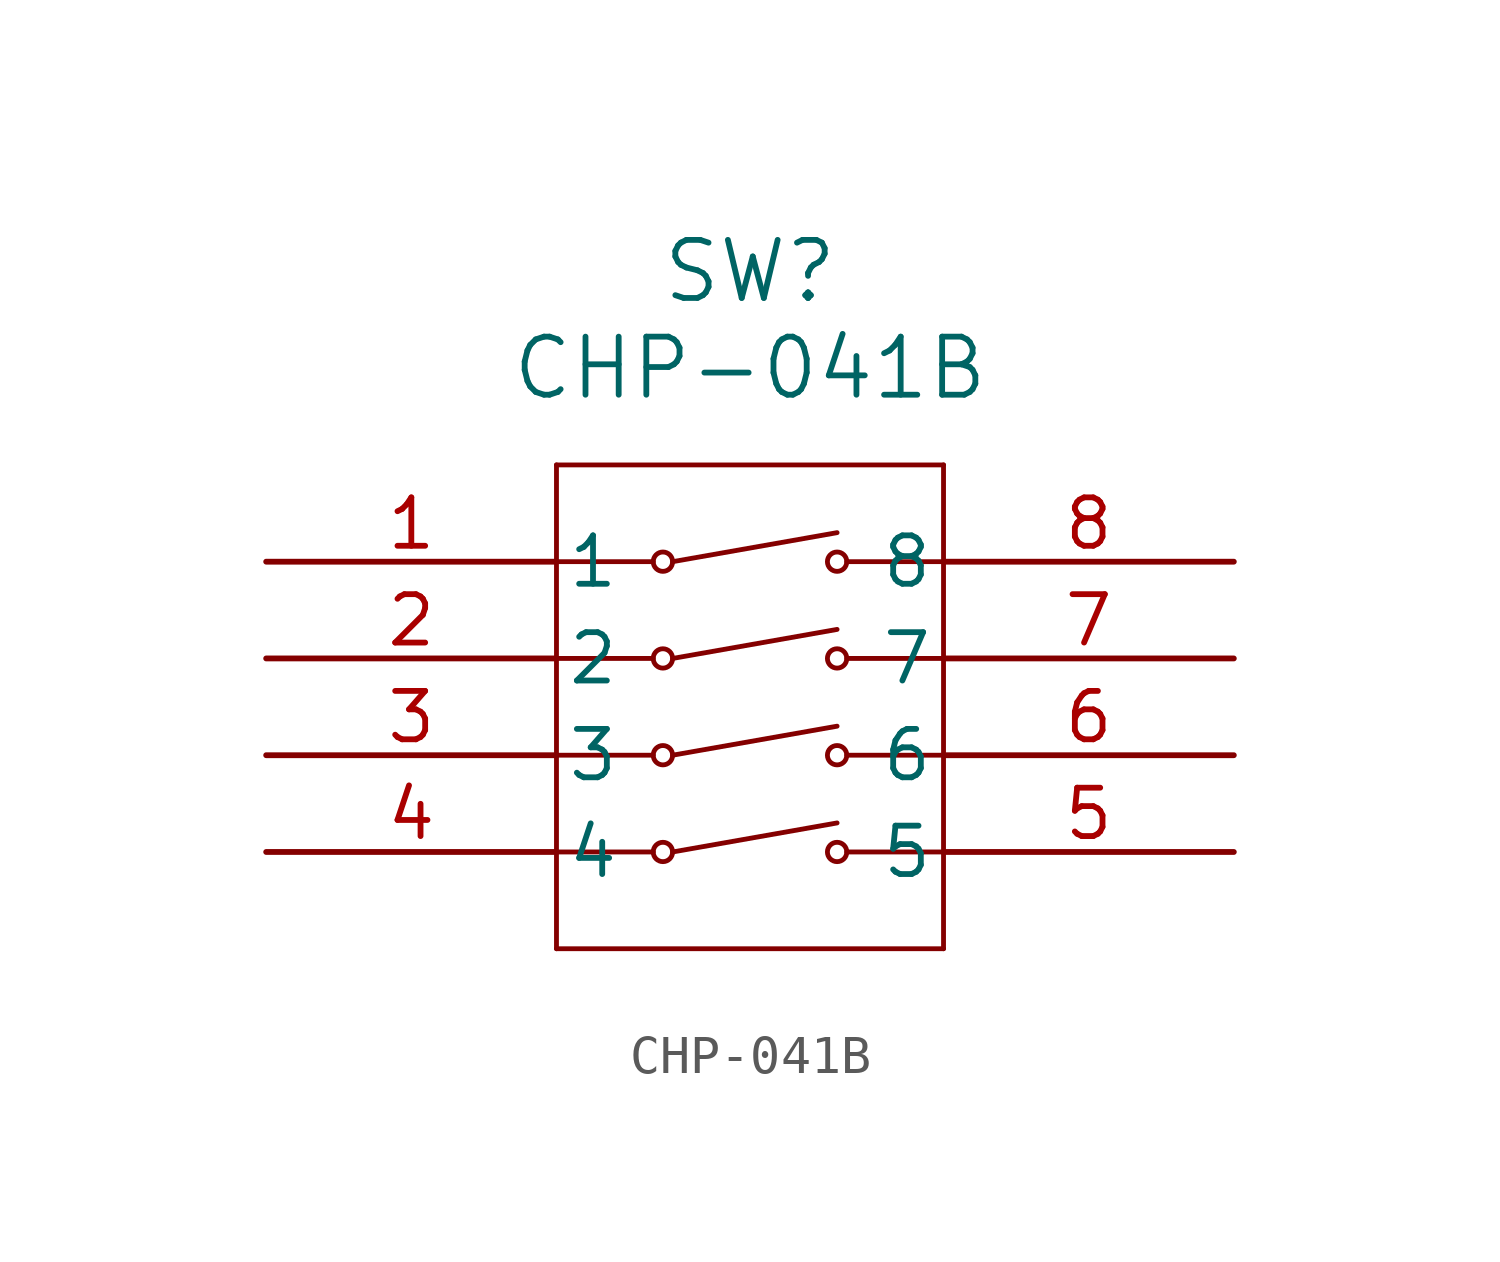
<source format=kicad_sym>
(kicad_symbol_lib
  (version 20211014)
  (generator kicad_symbol_editor)
  (symbol "CHP-041B"
    (pin_names
      (offset 0.254))
    (property "Reference" "SW"
      (at 12.7 7.62 0)
      (effects (font (size 1.524 1.524))))
    (property "Value" "CHP-041B"
      (at 12.7 5.08 0)
      (effects (font (size 1.524 1.524))))
    (symbol "CHP-041B_0_1"
      (polyline (pts (xy 7.62 2.54) (xy 7.62 -10.16)) (stroke (width 0.127) (type default) (color 0 0 0 0)) (fill (type none)))
      (polyline (pts (xy 17.78 -10.16) (xy 17.78 2.54)) (stroke (width 0.127) (type default) (color 0 0 0 0)) (fill (type none)))
      (polyline (pts (xy 7.62 -10.16) (xy 17.78 -10.16)) (stroke (width 0.127) (type default) (color 0 0 0 0)) (fill (type none)))
      (polyline (pts (xy 17.78 2.54) (xy 7.62 2.54)) (stroke (width 0.127) (type default) (color 0 0 0 0)) (fill (type none)))
      (polyline (pts (xy 7.62 0) (xy 10.16 0)) (stroke (width 0.127) (type default) (color 0 0 0 0)) (fill (type none)))
      (polyline (pts (xy 15.24 0) (xy 17.78 0)) (stroke (width 0.127) (type default) (color 0 0 0 0)) (fill (type none)))
      (circle (center 14.986 0) (radius 0.254) (stroke (width 0.127) (type default) (color 0 0 0 0)) (fill (type none)))
      (circle (center 10.414 0) (radius 0.254) (stroke (width 0.127) (type default) (color 0 0 0 0)) (fill (type none)))
      (polyline (pts (xy 10.668 0) (xy 14.986 0.762)) (stroke (width 0.127) (type default) (color 0 0 0 0)) (fill (type none)))
      (polyline (pts (xy 7.62 -2.54) (xy 10.16 -2.54)) (stroke (width 0.127) (type default) (color 0 0 0 0)) (fill (type none)))
      (polyline (pts (xy 15.24 -2.54) (xy 17.78 -2.54)) (stroke (width 0.127) (type default) (color 0 0 0 0)) (fill (type none)))
      (circle (center 14.986 -2.54) (radius 0.254) (stroke (width 0.127) (type default) (color 0 0 0 0)) (fill (type none)))
      (circle (center 10.414 -2.54) (radius 0.254) (stroke (width 0.127) (type default) (color 0 0 0 0)) (fill (type none)))
      (polyline (pts (xy 10.668 -2.54) (xy 14.986 -1.778)) (stroke (width 0.127) (type default) (color 0 0 0 0)) (fill (type none)))
      (polyline (pts (xy 7.62 -5.08) (xy 10.16 -5.08)) (stroke (width 0.127) (type default) (color 0 0 0 0)) (fill (type none)))
      (polyline (pts (xy 15.24 -5.08) (xy 17.78 -5.08)) (stroke (width 0.127) (type default) (color 0 0 0 0)) (fill (type none)))
      (circle (center 14.986 -5.08) (radius 0.254) (stroke (width 0.127) (type default) (color 0 0 0 0)) (fill (type none)))
      (circle (center 10.414 -5.08) (radius 0.254) (stroke (width 0.127) (type default) (color 0 0 0 0)) (fill (type none)))
      (polyline (pts (xy 10.668 -5.08) (xy 14.986 -4.318)) (stroke (width 0.127) (type default) (color 0 0 0 0)) (fill (type none)))
      (polyline (pts (xy 7.62 -7.62) (xy 10.16 -7.62)) (stroke (width 0.127) (type default) (color 0 0 0 0)) (fill (type none)))
      (polyline (pts (xy 15.24 -7.62) (xy 17.78 -7.62)) (stroke (width 0.127) (type default) (color 0 0 0 0)) (fill (type none)))
      (circle (center 14.986 -7.62) (radius 0.254) (stroke (width 0.127) (type default) (color 0 0 0 0)) (fill (type none)))
      (circle (center 10.414 -7.62) (radius 0.254) (stroke (width 0.127) (type default) (color 0 0 0 0)) (fill (type none)))
      (polyline (pts (xy 10.668 -7.62) (xy 14.986 -6.858)) (stroke (width 0.127) (type default) (color 0 0 0 0)) (fill (type none)))
      (pin unspecified line (at 0 0 0) (length 7.62) (name "1" (effects (font (size 1.27 1.27)))) (number "1" (effects (font (size 1.27 1.27)))))
      (pin unspecified line (at 0 -2.54 0) (length 7.62) (name "2" (effects (font (size 1.27 1.27)))) (number "2" (effects (font (size 1.27 1.27)))))
      (pin unspecified line (at 0 -5.08 0) (length 7.62) (name "3" (effects (font (size 1.27 1.27)))) (number "3" (effects (font (size 1.27 1.27)))))
      (pin unspecified line (at 0 -7.62 0) (length 7.62) (name "4" (effects (font (size 1.27 1.27)))) (number "4" (effects (font (size 1.27 1.27)))))
      (pin unspecified line (at 25.4 -7.62 180) (length 7.62) (name "5" (effects (font (size 1.27 1.27)))) (number "5" (effects (font (size 1.27 1.27)))))
      (pin unspecified line (at 25.4 -5.08 180) (length 7.62) (name "6" (effects (font (size 1.27 1.27)))) (number "6" (effects (font (size 1.27 1.27)))))
      (pin unspecified line (at 25.4 -2.54 180) (length 7.62) (name "7" (effects (font (size 1.27 1.27)))) (number "7" (effects (font (size 1.27 1.27)))))
      (pin unspecified line (at 25.4 0 180) (length 7.62) (name "8" (effects (font (size 1.27 1.27)))) (number "8" (effects (font (size 1.27 1.27))))))))
</source>
